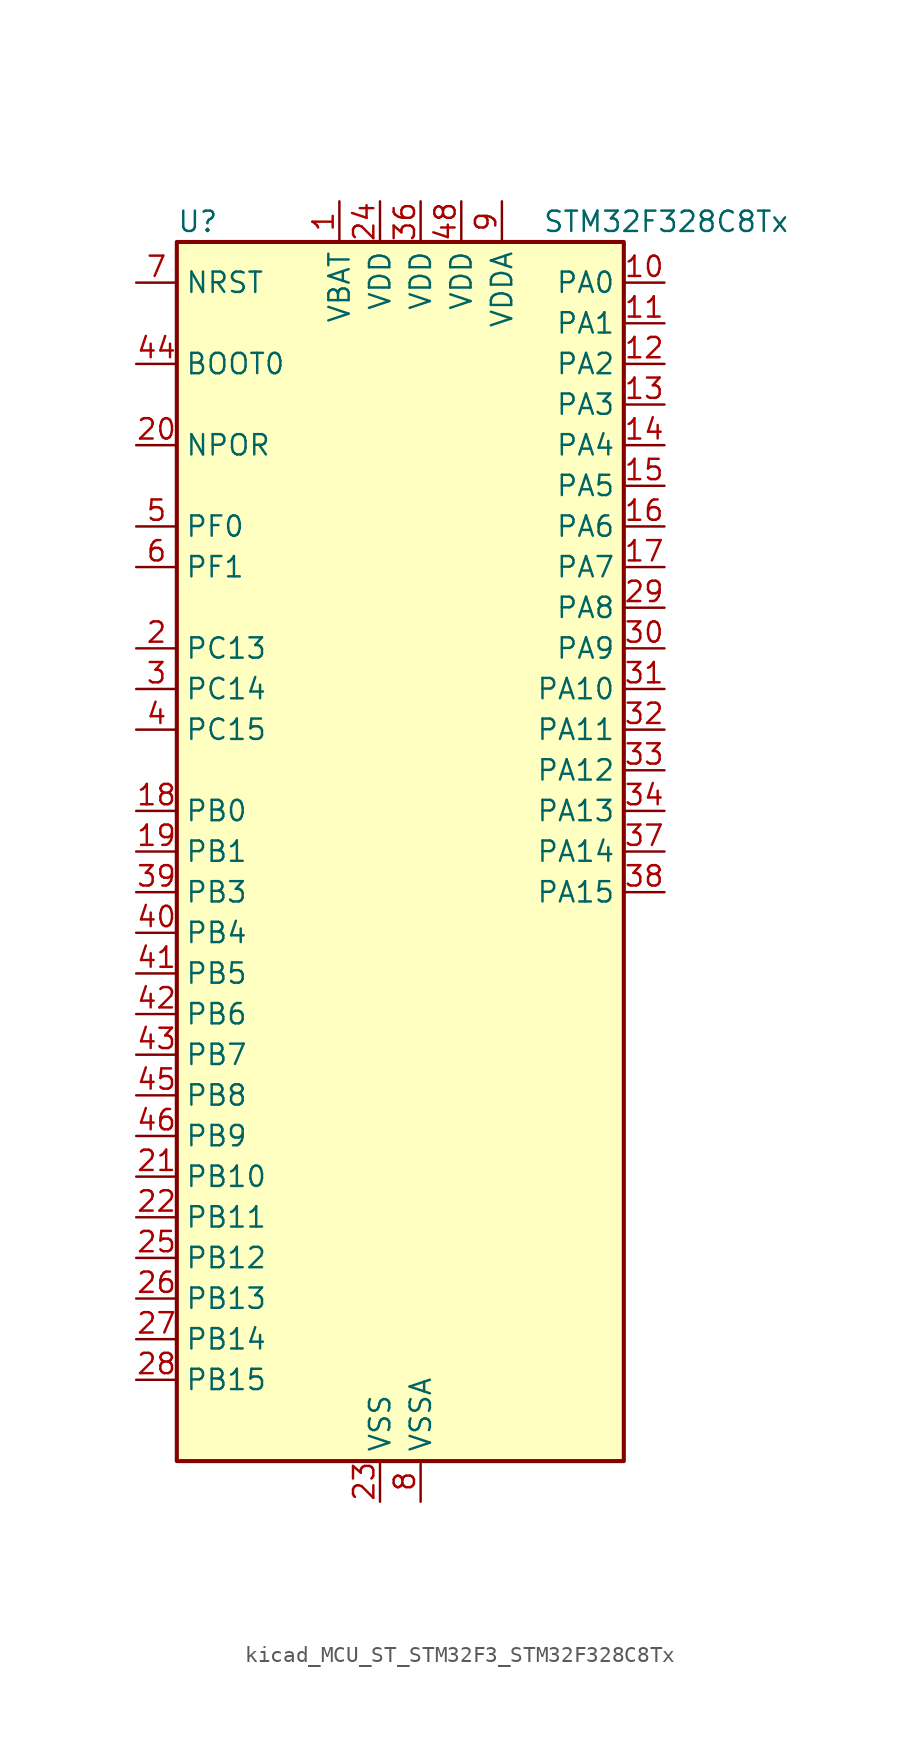
<source format=kicad_sym>
(kicad_symbol_lib
  (version 20220914)
  (generator kicad_symbol_editor)
  (symbol "kicad_MCU_ST_STM32F3_STM32F328C8Tx"
    (property "Reference" "U"
      (at -12.7 39.37 0)
      (effects (font (size 1.27 1.27)) (justify left)))
    (property "Value" "STM32F328C8Tx"
      (at 10.16 39.37 0)
      (effects (font (size 1.27 1.27)) (justify left)))
    (property "ki_locked" ""
      (at 0 0 0)
      (effects (font (size 1.27 1.27))))
    (symbol "kicad_MCU_ST_STM32F3_STM32F328C8Tx_0_1"
      (rectangle (start -12.7 -38.1) (end 15.24 38.1) (stroke (width 0.254) (type default)) (fill (type background))))
    (symbol "kicad_MCU_ST_STM32F3_STM32F328C8Tx_1_1"
      (pin power_in line (at -2.54 40.64 270) (length 2.54) (name "VBAT" (effects (font (size 1.27 1.27)))) (number "1" (effects (font (size 1.27 1.27)))))
      (pin bidirectional line (at 17.78 35.56 180) (length 2.54) (name "PA0" (effects (font (size 1.27 1.27)))) (number "10" (effects (font (size 1.27 1.27)))) (alternate "ADC1_IN1" bidirectional line) (alternate "RTC_TAMP2" bidirectional line) (alternate "SYS_WKUP1" bidirectional line) (alternate "TIM2_CH1" bidirectional line) (alternate "TIM2_ETR" bidirectional line) (alternate "TSC_G1_IO1" bidirectional line) (alternate "USART2_CTS" bidirectional line))
      (pin bidirectional line (at 17.78 33.02 180) (length 2.54) (name "PA1" (effects (font (size 1.27 1.27)))) (number "11" (effects (font (size 1.27 1.27)))) (alternate "ADC1_IN2" bidirectional line) (alternate "RTC_REFIN" bidirectional line) (alternate "TIM15_CH1N" bidirectional line) (alternate "TIM2_CH2" bidirectional line) (alternate "TSC_G1_IO2" bidirectional line) (alternate "USART2_DE" bidirectional line) (alternate "USART2_RTS" bidirectional line))
      (pin bidirectional line (at 17.78 30.48 180) (length 2.54) (name "PA2" (effects (font (size 1.27 1.27)))) (number "12" (effects (font (size 1.27 1.27)))) (alternate "ADC1_IN3" bidirectional line) (alternate "COMP2_INM" bidirectional line) (alternate "COMP2_OUT" bidirectional line) (alternate "TIM15_CH1" bidirectional line) (alternate "TIM2_CH3" bidirectional line) (alternate "TSC_G1_IO3" bidirectional line) (alternate "USART2_TX" bidirectional line))
      (pin bidirectional line (at 17.78 27.94 180) (length 2.54) (name "PA3" (effects (font (size 1.27 1.27)))) (number "13" (effects (font (size 1.27 1.27)))) (alternate "ADC1_IN4" bidirectional line) (alternate "TIM15_CH2" bidirectional line) (alternate "TIM2_CH4" bidirectional line) (alternate "TSC_G1_IO4" bidirectional line) (alternate "USART2_RX" bidirectional line))
      (pin bidirectional line (at 17.78 25.4 180) (length 2.54) (name "PA4" (effects (font (size 1.27 1.27)))) (number "14" (effects (font (size 1.27 1.27)))) (alternate "ADC2_IN1" bidirectional line) (alternate "COMP2_INM" bidirectional line) (alternate "COMP4_INM" bidirectional line) (alternate "COMP6_INM" bidirectional line) (alternate "DAC1_OUT1" bidirectional line) (alternate "SPI1_NSS" bidirectional line) (alternate "TIM3_CH2" bidirectional line) (alternate "TSC_G2_IO1" bidirectional line) (alternate "USART2_CK" bidirectional line))
      (pin bidirectional line (at 17.78 22.86 180) (length 2.54) (name "PA5" (effects (font (size 1.27 1.27)))) (number "15" (effects (font (size 1.27 1.27)))) (alternate "ADC2_IN2" bidirectional line) (alternate "DAC1_OUT2" bidirectional line) (alternate "OPAMP2_VINM" bidirectional line) (alternate "OPAMP2_VINM_SEC" bidirectional line) (alternate "SPI1_SCK" bidirectional line) (alternate "TIM2_CH1" bidirectional line) (alternate "TIM2_ETR" bidirectional line) (alternate "TSC_G2_IO2" bidirectional line))
      (pin bidirectional line (at 17.78 20.32 180) (length 2.54) (name "PA6" (effects (font (size 1.27 1.27)))) (number "16" (effects (font (size 1.27 1.27)))) (alternate "ADC2_IN3" bidirectional line) (alternate "DAC2_OUT1" bidirectional line) (alternate "OPAMP2_VOUT" bidirectional line) (alternate "SPI1_MISO" bidirectional line) (alternate "TIM16_CH1" bidirectional line) (alternate "TIM1_BKIN" bidirectional line) (alternate "TIM3_CH1" bidirectional line) (alternate "TSC_G2_IO3" bidirectional line))
      (pin bidirectional line (at 17.78 17.78 180) (length 2.54) (name "PA7" (effects (font (size 1.27 1.27)))) (number "17" (effects (font (size 1.27 1.27)))) (alternate "ADC2_IN4" bidirectional line) (alternate "COMP2_INP" bidirectional line) (alternate "OPAMP2_VINP" bidirectional line) (alternate "OPAMP2_VINP_SEC" bidirectional line) (alternate "SPI1_MOSI" bidirectional line) (alternate "TIM17_CH1" bidirectional line) (alternate "TIM1_CH1N" bidirectional line) (alternate "TIM3_CH2" bidirectional line) (alternate "TSC_G2_IO4" bidirectional line))
      (pin bidirectional line (at -15.24 2.54 0) (length 2.54) (name "PB0" (effects (font (size 1.27 1.27)))) (number "18" (effects (font (size 1.27 1.27)))) (alternate "ADC1_IN11" bidirectional line) (alternate "COMP4_INP" bidirectional line) (alternate "OPAMP2_VINP" bidirectional line) (alternate "OPAMP2_VINP_SEC" bidirectional line) (alternate "TIM1_CH2N" bidirectional line) (alternate "TIM3_CH3" bidirectional line) (alternate "TSC_G3_IO2" bidirectional line))
      (pin bidirectional line (at -15.24 0 0) (length 2.54) (name "PB1" (effects (font (size 1.27 1.27)))) (number "19" (effects (font (size 1.27 1.27)))) (alternate "ADC1_IN12" bidirectional line) (alternate "COMP4_OUT" bidirectional line) (alternate "TIM1_CH3N" bidirectional line) (alternate "TIM3_CH4" bidirectional line) (alternate "TSC_G3_IO3" bidirectional line))
      (pin bidirectional line (at -15.24 12.7 0) (length 2.54) (name "PC13" (effects (font (size 1.27 1.27)))) (number "2" (effects (font (size 1.27 1.27)))) (alternate "RTC_OUT_ALARM" bidirectional line) (alternate "RTC_OUT_CALIB" bidirectional line) (alternate "RTC_TAMP1" bidirectional line) (alternate "RTC_TS" bidirectional line) (alternate "SYS_WKUP2" bidirectional line) (alternate "TIM1_CH1N" bidirectional line))
      (pin input line (at -15.24 25.4 0) (length 2.54) (name "NPOR" (effects (font (size 1.27 1.27)))) (number "20" (effects (font (size 1.27 1.27)))))
      (pin bidirectional line (at -15.24 -20.32 0) (length 2.54) (name "PB10" (effects (font (size 1.27 1.27)))) (number "21" (effects (font (size 1.27 1.27)))) (alternate "TIM2_CH3" bidirectional line) (alternate "TSC_SYNC" bidirectional line) (alternate "USART3_TX" bidirectional line))
      (pin bidirectional line (at -15.24 -22.86 0) (length 2.54) (name "PB11" (effects (font (size 1.27 1.27)))) (number "22" (effects (font (size 1.27 1.27)))) (alternate "COMP6_INP" bidirectional line) (alternate "TIM2_CH4" bidirectional line) (alternate "TSC_G6_IO1" bidirectional line) (alternate "USART3_RX" bidirectional line))
      (pin power_in line (at 0 -40.64 90) (length 2.54) (name "VSS" (effects (font (size 1.27 1.27)))) (number "23" (effects (font (size 1.27 1.27)))))
      (pin power_in line (at 0 40.64 270) (length 2.54) (name "VDD" (effects (font (size 1.27 1.27)))) (number "24" (effects (font (size 1.27 1.27)))))
      (pin bidirectional line (at -15.24 -25.4 0) (length 2.54) (name "PB12" (effects (font (size 1.27 1.27)))) (number "25" (effects (font (size 1.27 1.27)))) (alternate "ADC2_IN13" bidirectional line) (alternate "TIM1_BKIN" bidirectional line) (alternate "TSC_G6_IO2" bidirectional line) (alternate "USART3_CK" bidirectional line))
      (pin bidirectional line (at -15.24 -27.94 0) (length 2.54) (name "PB13" (effects (font (size 1.27 1.27)))) (number "26" (effects (font (size 1.27 1.27)))) (alternate "ADC1_IN13" bidirectional line) (alternate "TIM1_CH1N" bidirectional line) (alternate "TSC_G6_IO3" bidirectional line) (alternate "USART3_CTS" bidirectional line))
      (pin bidirectional line (at -15.24 -30.48 0) (length 2.54) (name "PB14" (effects (font (size 1.27 1.27)))) (number "27" (effects (font (size 1.27 1.27)))) (alternate "ADC2_IN14" bidirectional line) (alternate "OPAMP2_VINP" bidirectional line) (alternate "OPAMP2_VINP_SEC" bidirectional line) (alternate "TIM15_CH1" bidirectional line) (alternate "TIM1_CH2N" bidirectional line) (alternate "TSC_G6_IO4" bidirectional line) (alternate "USART3_DE" bidirectional line) (alternate "USART3_RTS" bidirectional line))
      (pin bidirectional line (at -15.24 -33.02 0) (length 2.54) (name "PB15" (effects (font (size 1.27 1.27)))) (number "28" (effects (font (size 1.27 1.27)))) (alternate "ADC2_IN15" bidirectional line) (alternate "COMP6_INM" bidirectional line) (alternate "RTC_REFIN" bidirectional line) (alternate "TIM15_CH1N" bidirectional line) (alternate "TIM15_CH2" bidirectional line) (alternate "TIM1_CH3N" bidirectional line))
      (pin bidirectional line (at 17.78 15.24 180) (length 2.54) (name "PA8" (effects (font (size 1.27 1.27)))) (number "29" (effects (font (size 1.27 1.27)))) (alternate "RCC_MCO" bidirectional line) (alternate "TIM1_CH1" bidirectional line) (alternate "USART1_CK" bidirectional line))
      (pin bidirectional line (at -15.24 10.16 0) (length 2.54) (name "PC14" (effects (font (size 1.27 1.27)))) (number "3" (effects (font (size 1.27 1.27)))) (alternate "RCC_OSC32_IN" bidirectional line))
      (pin bidirectional line (at 17.78 12.7 180) (length 2.54) (name "PA9" (effects (font (size 1.27 1.27)))) (number "30" (effects (font (size 1.27 1.27)))) (alternate "DAC1_EXTI9" bidirectional line) (alternate "DAC2_EXTI9" bidirectional line) (alternate "TIM15_BKIN" bidirectional line) (alternate "TIM1_CH2" bidirectional line) (alternate "TIM2_CH3" bidirectional line) (alternate "TSC_G4_IO1" bidirectional line) (alternate "USART1_TX" bidirectional line))
      (pin bidirectional line (at 17.78 10.16 180) (length 2.54) (name "PA10" (effects (font (size 1.27 1.27)))) (number "31" (effects (font (size 1.27 1.27)))) (alternate "COMP6_OUT" bidirectional line) (alternate "TIM17_BKIN" bidirectional line) (alternate "TIM1_CH3" bidirectional line) (alternate "TIM2_CH4" bidirectional line) (alternate "TSC_G4_IO2" bidirectional line) (alternate "USART1_RX" bidirectional line))
      (pin bidirectional line (at 17.78 7.62 180) (length 2.54) (name "PA11" (effects (font (size 1.27 1.27)))) (number "32" (effects (font (size 1.27 1.27)))) (alternate "CAN_RX" bidirectional line) (alternate "TIM1_BKIN2" bidirectional line) (alternate "TIM1_CH1N" bidirectional line) (alternate "TIM1_CH4" bidirectional line) (alternate "USART1_CTS" bidirectional line))
      (pin bidirectional line (at 17.78 5.08 180) (length 2.54) (name "PA12" (effects (font (size 1.27 1.27)))) (number "33" (effects (font (size 1.27 1.27)))) (alternate "CAN_TX" bidirectional line) (alternate "COMP2_OUT" bidirectional line) (alternate "TIM16_CH1" bidirectional line) (alternate "TIM1_CH2N" bidirectional line) (alternate "TIM1_ETR" bidirectional line) (alternate "USART1_DE" bidirectional line) (alternate "USART1_RTS" bidirectional line))
      (pin bidirectional line (at 17.78 2.54 180) (length 2.54) (name "PA13" (effects (font (size 1.27 1.27)))) (number "34" (effects (font (size 1.27 1.27)))) (alternate "IR_OUT" bidirectional line) (alternate "SYS_JTMS-SWDIO" bidirectional line) (alternate "TIM16_CH1N" bidirectional line) (alternate "TSC_G4_IO3" bidirectional line) (alternate "USART3_CTS" bidirectional line))
      (pin passive line (at 0 -40.64 90) (length 2.54) hide (name "VSS" (effects (font (size 1.27 1.27)))) (number "35" (effects (font (size 1.27 1.27)))))
      (pin power_in line (at 2.54 40.64 270) (length 2.54) (name "VDD" (effects (font (size 1.27 1.27)))) (number "36" (effects (font (size 1.27 1.27)))))
      (pin bidirectional line (at 17.78 0 180) (length 2.54) (name "PA14" (effects (font (size 1.27 1.27)))) (number "37" (effects (font (size 1.27 1.27)))) (alternate "I2C1_SDA" bidirectional line) (alternate "SYS_JTCK-SWCLK" bidirectional line) (alternate "TIM1_BKIN" bidirectional line) (alternate "TSC_G4_IO4" bidirectional line) (alternate "USART2_TX" bidirectional line))
      (pin bidirectional line (at 17.78 -2.54 180) (length 2.54) (name "PA15" (effects (font (size 1.27 1.27)))) (number "38" (effects (font (size 1.27 1.27)))) (alternate "I2C1_SCL" bidirectional line) (alternate "SPI1_NSS" bidirectional line) (alternate "SYS_JTDI" bidirectional line) (alternate "TIM1_BKIN" bidirectional line) (alternate "TIM2_CH1" bidirectional line) (alternate "TIM2_ETR" bidirectional line) (alternate "TSC_SYNC" bidirectional line) (alternate "USART2_RX" bidirectional line))
      (pin bidirectional line (at -15.24 -2.54 0) (length 2.54) (name "PB3" (effects (font (size 1.27 1.27)))) (number "39" (effects (font (size 1.27 1.27)))) (alternate "SPI1_SCK" bidirectional line) (alternate "SYS_JTDO-TRACESWO" bidirectional line) (alternate "TIM2_CH2" bidirectional line) (alternate "TIM3_ETR" bidirectional line) (alternate "TSC_G5_IO1" bidirectional line) (alternate "USART2_TX" bidirectional line))
      (pin bidirectional line (at -15.24 7.62 0) (length 2.54) (name "PC15" (effects (font (size 1.27 1.27)))) (number "4" (effects (font (size 1.27 1.27)))) (alternate "RCC_OSC32_OUT" bidirectional line))
      (pin bidirectional line (at -15.24 -5.08 0) (length 2.54) (name "PB4" (effects (font (size 1.27 1.27)))) (number "40" (effects (font (size 1.27 1.27)))) (alternate "SPI1_MISO" bidirectional line) (alternate "SYS_NJTRST" bidirectional line) (alternate "TIM16_CH1" bidirectional line) (alternate "TIM17_BKIN" bidirectional line) (alternate "TIM3_CH1" bidirectional line) (alternate "TSC_G5_IO2" bidirectional line) (alternate "USART2_RX" bidirectional line))
      (pin bidirectional line (at -15.24 -7.62 0) (length 2.54) (name "PB5" (effects (font (size 1.27 1.27)))) (number "41" (effects (font (size 1.27 1.27)))) (alternate "I2C1_SMBA" bidirectional line) (alternate "SPI1_MOSI" bidirectional line) (alternate "TIM16_BKIN" bidirectional line) (alternate "TIM17_CH1" bidirectional line) (alternate "TIM3_CH2" bidirectional line) (alternate "USART2_CK" bidirectional line))
      (pin bidirectional line (at -15.24 -10.16 0) (length 2.54) (name "PB6" (effects (font (size 1.27 1.27)))) (number "42" (effects (font (size 1.27 1.27)))) (alternate "I2C1_SCL" bidirectional line) (alternate "TIM16_CH1N" bidirectional line) (alternate "TSC_G5_IO3" bidirectional line) (alternate "USART1_TX" bidirectional line))
      (pin bidirectional line (at -15.24 -12.7 0) (length 2.54) (name "PB7" (effects (font (size 1.27 1.27)))) (number "43" (effects (font (size 1.27 1.27)))) (alternate "I2C1_SDA" bidirectional line) (alternate "TIM17_CH1N" bidirectional line) (alternate "TIM3_CH4" bidirectional line) (alternate "TSC_G5_IO4" bidirectional line) (alternate "USART1_RX" bidirectional line))
      (pin input line (at -15.24 30.48 0) (length 2.54) (name "BOOT0" (effects (font (size 1.27 1.27)))) (number "44" (effects (font (size 1.27 1.27)))))
      (pin bidirectional line (at -15.24 -15.24 0) (length 2.54) (name "PB8" (effects (font (size 1.27 1.27)))) (number "45" (effects (font (size 1.27 1.27)))) (alternate "CAN_RX" bidirectional line) (alternate "I2C1_SCL" bidirectional line) (alternate "TIM16_CH1" bidirectional line) (alternate "TIM1_BKIN" bidirectional line) (alternate "TSC_SYNC" bidirectional line) (alternate "USART3_RX" bidirectional line))
      (pin bidirectional line (at -15.24 -17.78 0) (length 2.54) (name "PB9" (effects (font (size 1.27 1.27)))) (number "46" (effects (font (size 1.27 1.27)))) (alternate "CAN_TX" bidirectional line) (alternate "COMP2_OUT" bidirectional line) (alternate "DAC1_EXTI9" bidirectional line) (alternate "DAC2_EXTI9" bidirectional line) (alternate "I2C1_SDA" bidirectional line) (alternate "IR_OUT" bidirectional line) (alternate "TIM17_CH1" bidirectional line) (alternate "USART3_TX" bidirectional line))
      (pin passive line (at 0 -40.64 90) (length 2.54) hide (name "VSS" (effects (font (size 1.27 1.27)))) (number "47" (effects (font (size 1.27 1.27)))))
      (pin power_in line (at 5.08 40.64 270) (length 2.54) (name "VDD" (effects (font (size 1.27 1.27)))) (number "48" (effects (font (size 1.27 1.27)))))
      (pin bidirectional line (at -15.24 20.32 0) (length 2.54) (name "PF0" (effects (font (size 1.27 1.27)))) (number "5" (effects (font (size 1.27 1.27)))) (alternate "RCC_OSC_IN" bidirectional line) (alternate "TIM1_CH3N" bidirectional line))
      (pin bidirectional line (at -15.24 17.78 0) (length 2.54) (name "PF1" (effects (font (size 1.27 1.27)))) (number "6" (effects (font (size 1.27 1.27)))) (alternate "RCC_OSC_OUT" bidirectional line))
      (pin input line (at -15.24 35.56 0) (length 2.54) (name "NRST" (effects (font (size 1.27 1.27)))) (number "7" (effects (font (size 1.27 1.27)))))
      (pin power_in line (at 2.54 -40.64 90) (length 2.54) (name "VSSA" (effects (font (size 1.27 1.27)))) (number "8" (effects (font (size 1.27 1.27)))))
      (pin power_in line (at 7.62 40.64 270) (length 2.54) (name "VDDA" (effects (font (size 1.27 1.27)))) (number "9" (effects (font (size 1.27 1.27))))))))
</source>
